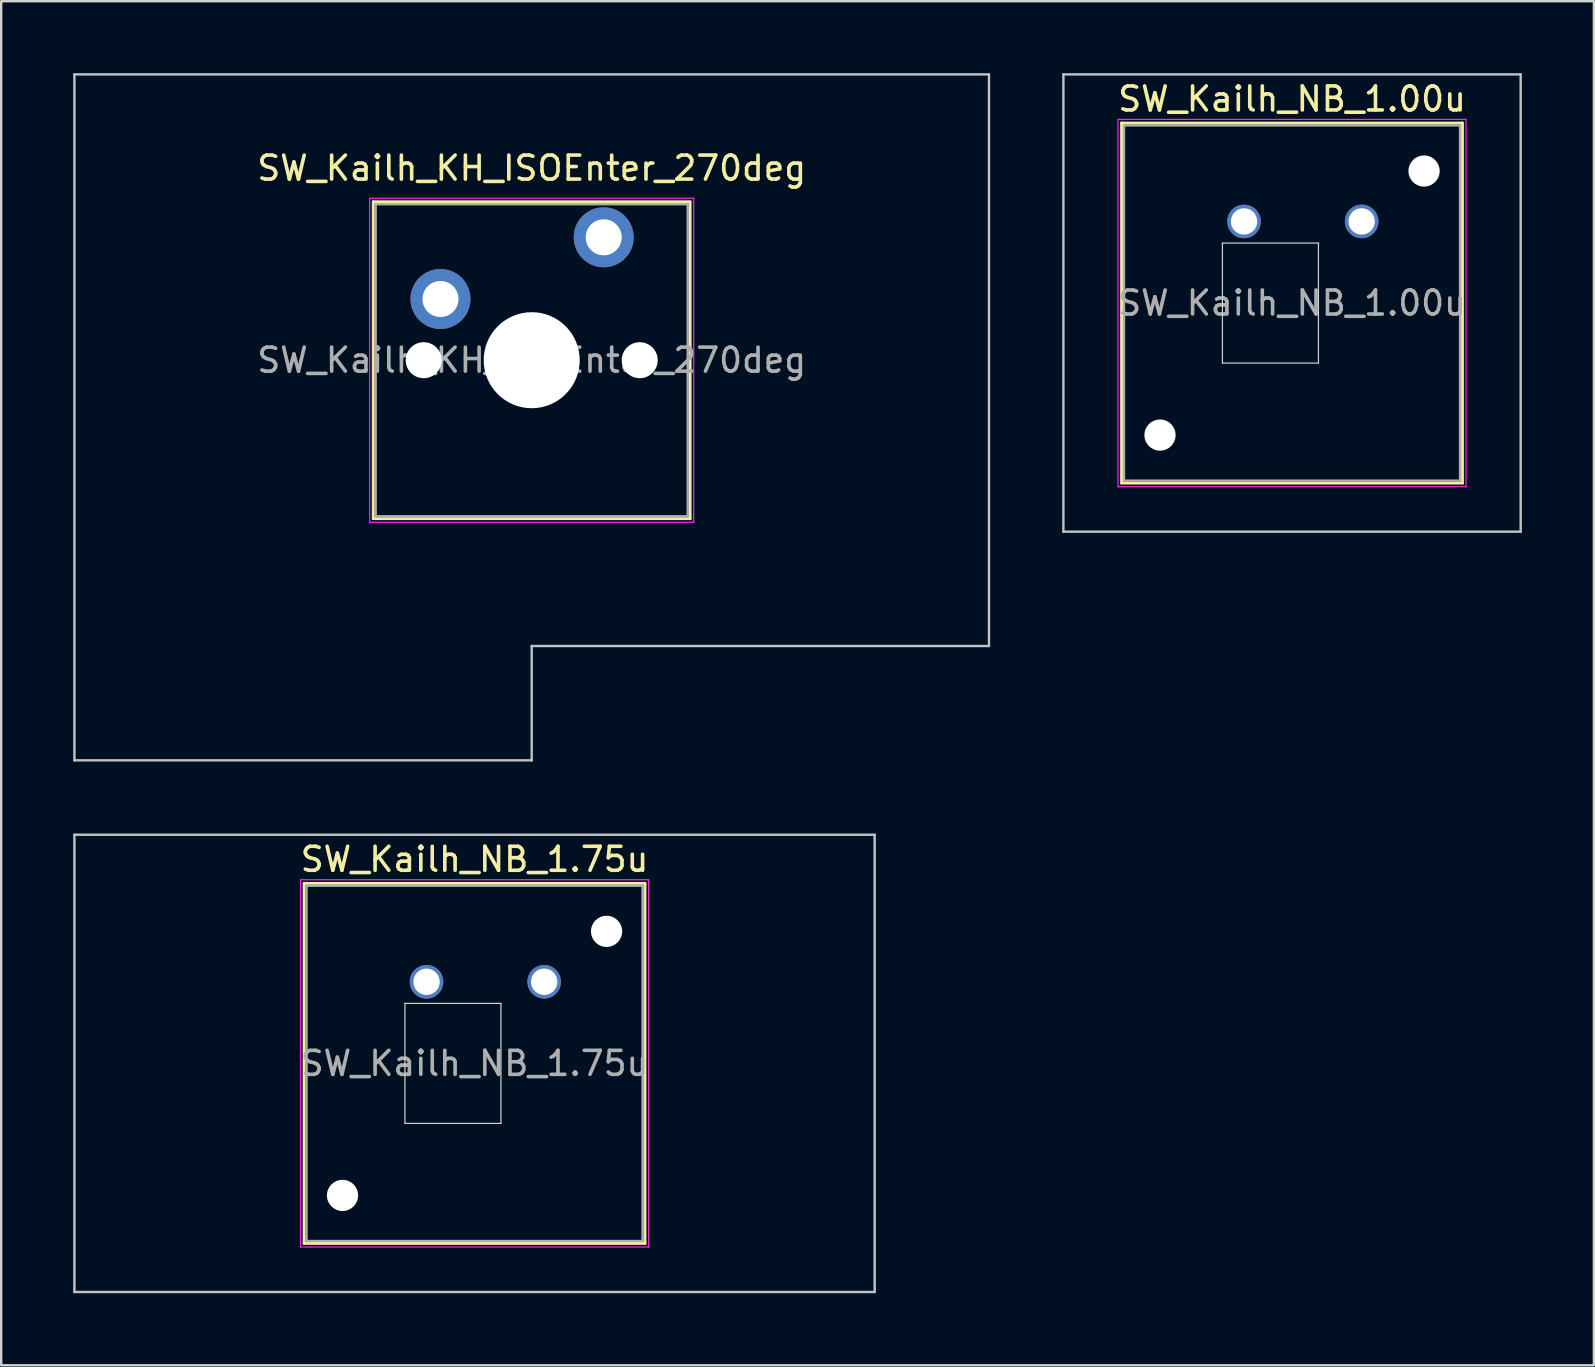
<source format=kicad_pcb>
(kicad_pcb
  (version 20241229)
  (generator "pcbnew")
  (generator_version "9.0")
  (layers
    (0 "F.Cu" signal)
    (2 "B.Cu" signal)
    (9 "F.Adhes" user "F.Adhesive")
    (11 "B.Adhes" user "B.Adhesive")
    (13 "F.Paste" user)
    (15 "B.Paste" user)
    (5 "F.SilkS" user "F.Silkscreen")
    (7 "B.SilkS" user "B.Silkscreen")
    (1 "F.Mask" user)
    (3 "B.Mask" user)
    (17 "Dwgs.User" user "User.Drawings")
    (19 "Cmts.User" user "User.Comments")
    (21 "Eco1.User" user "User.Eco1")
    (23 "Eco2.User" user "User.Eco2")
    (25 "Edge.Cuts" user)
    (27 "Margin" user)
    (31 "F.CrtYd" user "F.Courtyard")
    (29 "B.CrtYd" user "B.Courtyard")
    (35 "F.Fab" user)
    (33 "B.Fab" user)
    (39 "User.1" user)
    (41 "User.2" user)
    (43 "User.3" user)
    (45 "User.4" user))
  (footprint "SW_Kailh_KH_ISOEnter_270deg"
    (layer "F.Cu")
    (at 19.1 11.956)
    (property "Reference" "SW_Kailh_KH_ISOEnter_270deg" (at 0 -8 0) (layer "F.SilkS") (effects (font (size 1 1) (thickness 0.15))))
    (attr through_hole)
    (fp_line (start -6.6 -6.6) (end -6.6 6.6) (stroke (width 0.12) (type solid)) (layer "F.SilkS"))
    (fp_line (start -6.6 6.6) (end 6.6 6.6) (stroke (width 0.12) (type solid)) (layer "F.SilkS"))
    (fp_line (start 6.6 -6.6) (end -6.6 -6.6) (stroke (width 0.12) (type solid)) (layer "F.SilkS"))
    (fp_line (start 6.6 6.6) (end 6.6 -6.6) (stroke (width 0.12) (type solid)) (layer "F.SilkS"))
    (fp_line (start -19.05 -11.906) (end -19.05 16.669) (stroke (width 0.1) (type solid)) (layer "Dwgs.User"))
    (fp_line (start -19.05 16.669) (end 0 16.669) (stroke (width 0.1) (type solid)) (layer "Dwgs.User"))
    (fp_line (start 0 11.906) (end 19.05 11.906) (stroke (width 0.1) (type solid)) (layer "Dwgs.User"))
    (fp_line (start 0 16.669) (end 0 11.906) (stroke (width 0.1) (type solid)) (layer "Dwgs.User"))
    (fp_line (start 19.05 -11.906) (end -19.05 -11.906) (stroke (width 0.1) (type solid)) (layer "Dwgs.User"))
    (fp_line (start 19.05 11.906) (end 19.05 -11.906) (stroke (width 0.1) (type solid)) (layer "Dwgs.User"))
    (fp_line (start -6.1 -6.1) (end -6.1 6.1) (stroke (width 0.1) (type solid)) (layer "Eco1.User"))
    (fp_line (start -6.1 6.1) (end 6.1 6.1) (stroke (width 0.1) (type solid)) (layer "Eco1.User"))
    (fp_line (start 6.1 -6.1) (end -6.1 -6.1) (stroke (width 0.1) (type solid)) (layer "Eco1.User"))
    (fp_line (start 6.1 6.1) (end 6.1 -6.1) (stroke (width 0.1) (type solid)) (layer "Eco1.User"))
    (fp_line (start -6.75 -6.75) (end -6.75 6.75) (stroke (width 0.05) (type solid)) (layer "F.CrtYd"))
    (fp_line (start -6.75 6.75) (end 6.75 6.75) (stroke (width 0.05) (type solid)) (layer "F.CrtYd"))
    (fp_line (start 6.75 -6.75) (end -6.75 -6.75) (stroke (width 0.05) (type solid)) (layer "F.CrtYd"))
    (fp_line (start 6.75 6.75) (end 6.75 -6.75) (stroke (width 0.05) (type solid)) (layer "F.CrtYd"))
    (fp_line (start -6.5 -6.5) (end -6.5 6.5) (stroke (width 0.1) (type solid)) (layer "F.Fab"))
    (fp_line (start -6.5 6.5) (end 6.5 6.5) (stroke (width 0.1) (type solid)) (layer "F.Fab"))
    (fp_line (start 6.5 -6.5) (end -6.5 -6.5) (stroke (width 0.1) (type solid)) (layer "F.Fab"))
    (fp_line (start 6.5 6.5) (end 6.5 -6.5) (stroke (width 0.1) (type solid)) (layer "F.Fab"))
    (fp_text user "${REFERENCE}" (at 0 0 0) (layer "F.Fab") (effects (font (size 1 1) (thickness 0.15))))
    (pad "" np_thru_hole circle (at -4.5 0) (size 1.5 1.5) (drill 1.5) (layers "*.Cu" "*.Mask"))
    (pad "" smd circle (at -3.8 -2.55) (size 1.55 1.55) (layers "F.Mask"))
    (pad "" np_thru_hole circle (at 0 0) (size 4 4) (drill 4) (layers "*.Cu" "*.Mask"))
    (pad "" smd circle (at 3 -5.12) (size 1.55 1.55) (layers "F.Mask"))
    (pad "" np_thru_hole circle (at 4.5 0) (size 1.5 1.5) (drill 1.5) (layers "*.Cu" "*.Mask"))
    (pad "1" thru_hole circle (at -3.8 -2.55) (size 2.5 2.5) (drill 1.5) (layers "*.Cu" "B.Mask"))
    (pad "2" thru_hole circle (at 3 -5.12) (size 2.5 2.5) (drill 1.5) (layers "*.Cu" "B.Mask")))
  (footprint "SW_Kailh_NB_1.00u"
    (layer "F.Cu")
    (at 50.775 9.575)
    (property "Reference" "SW_Kailh_NB_1.00u" (at 0 -8.5 0) (layer "F.SilkS") (effects (font (size 1 1) (thickness 0.15))))
    (attr through_hole)
    (fp_line (start -7.1 -7.5) (end -7.1 7.5) (stroke (width 0.12) (type solid)) (layer "F.SilkS"))
    (fp_line (start -7.1 7.5) (end 7.1 7.5) (stroke (width 0.12) (type solid)) (layer "F.SilkS"))
    (fp_line (start 7.1 -7.5) (end -7.1 -7.5) (stroke (width 0.12) (type solid)) (layer "F.SilkS"))
    (fp_line (start 7.1 7.5) (end 7.1 -7.5) (stroke (width 0.12) (type solid)) (layer "F.SilkS"))
    (fp_line (start -9.525 -9.525) (end -9.525 9.525) (stroke (width 0.1) (type solid)) (layer "Dwgs.User"))
    (fp_line (start -9.525 9.525) (end 9.525 9.525) (stroke (width 0.1) (type solid)) (layer "Dwgs.User"))
    (fp_line (start 9.525 -9.525) (end -9.525 -9.525) (stroke (width 0.1) (type solid)) (layer "Dwgs.User"))
    (fp_line (start 9.525 9.525) (end 9.525 -9.525) (stroke (width 0.1) (type solid)) (layer "Dwgs.User"))
    (fp_line (start -2.9 -2.5) (end 1.1 -2.5) (stroke (width 0.05) (type solid)) (layer "Edge.Cuts"))
    (fp_line (start -2.9 2.5) (end -2.9 -2.5) (stroke (width 0.05) (type solid)) (layer "Edge.Cuts"))
    (fp_line (start 1.1 -2.5) (end 1.1 2.5) (stroke (width 0.05) (type solid)) (layer "Edge.Cuts"))
    (fp_line (start 1.1 2.5) (end -2.9 2.5) (stroke (width 0.05) (type solid)) (layer "Edge.Cuts"))
    (fp_line (start -7.25 -7.65) (end -7.25 7.65) (stroke (width 0.05) (type solid)) (layer "F.CrtYd"))
    (fp_line (start -7.25 7.65) (end 7.25 7.65) (stroke (width 0.05) (type solid)) (layer "F.CrtYd"))
    (fp_line (start 7.25 -7.65) (end -7.25 -7.65) (stroke (width 0.05) (type solid)) (layer "F.CrtYd"))
    (fp_line (start 7.25 7.65) (end 7.25 -7.65) (stroke (width 0.05) (type solid)) (layer "F.CrtYd"))
    (fp_line (start -7 -7.4) (end -7 7.4) (stroke (width 0.1) (type solid)) (layer "F.Fab"))
    (fp_line (start -7 7.4) (end 7 7.4) (stroke (width 0.1) (type solid)) (layer "F.Fab"))
    (fp_line (start 7 -7.4) (end -7 -7.4) (stroke (width 0.1) (type solid)) (layer "F.Fab"))
    (fp_line (start 7 7.4) (end 7 -7.4) (stroke (width 0.1) (type solid)) (layer "F.Fab"))
    (fp_text user "${REFERENCE}" (at 0 0 0) (layer "F.Fab") (effects (font (size 1 1) (thickness 0.15))))
    (pad "" np_thru_hole circle (at -5.5 5.5) (size 1.3 1.3) (drill 1.3) (layers "*.Cu" "*.Mask"))
    (pad "" smd circle (at -2 -3.4) (size 1.15 1.15) (layers "F.Mask"))
    (pad "" smd circle (at 2.9 -3.4) (size 1.15 1.15) (layers "F.Mask"))
    (pad "" np_thru_hole circle (at 5.5 -5.5) (size 1.3 1.3) (drill 1.3) (layers "*.Cu" "*.Mask"))
    (pad "1" thru_hole circle (at -2 -3.4) (size 1.4 1.4) (drill 1.1) (layers "*.Cu" "B.Mask"))
    (pad "2" thru_hole circle (at 2.9 -3.4) (size 1.4 1.4) (drill 1.1) (layers "*.Cu" "B.Mask")))
  (footprint "SW_Kailh_NB_1.75u"
    (layer "F.Cu")
    (at 16.719 41.25)
    (property "Reference" "SW_Kailh_NB_1.75u" (at 0 -8.5 0) (layer "F.SilkS") (effects (font (size 1 1) (thickness 0.15))))
    (attr through_hole)
    (fp_line (start -7.1 -7.5) (end -7.1 7.5) (stroke (width 0.12) (type solid)) (layer "F.SilkS"))
    (fp_line (start -7.1 7.5) (end 7.1 7.5) (stroke (width 0.12) (type solid)) (layer "F.SilkS"))
    (fp_line (start 7.1 -7.5) (end -7.1 -7.5) (stroke (width 0.12) (type solid)) (layer "F.SilkS"))
    (fp_line (start 7.1 7.5) (end 7.1 -7.5) (stroke (width 0.12) (type solid)) (layer "F.SilkS"))
    (fp_line (start -16.669 -9.525) (end -16.669 9.525) (stroke (width 0.1) (type solid)) (layer "Dwgs.User"))
    (fp_line (start -16.669 9.525) (end 16.669 9.525) (stroke (width 0.1) (type solid)) (layer "Dwgs.User"))
    (fp_line (start 16.669 -9.525) (end -16.669 -9.525) (stroke (width 0.1) (type solid)) (layer "Dwgs.User"))
    (fp_line (start 16.669 9.525) (end 16.669 -9.525) (stroke (width 0.1) (type solid)) (layer "Dwgs.User"))
    (fp_line (start -2.9 -2.5) (end 1.1 -2.5) (stroke (width 0.05) (type solid)) (layer "Edge.Cuts"))
    (fp_line (start -2.9 2.5) (end -2.9 -2.5) (stroke (width 0.05) (type solid)) (layer "Edge.Cuts"))
    (fp_line (start 1.1 -2.5) (end 1.1 2.5) (stroke (width 0.05) (type solid)) (layer "Edge.Cuts"))
    (fp_line (start 1.1 2.5) (end -2.9 2.5) (stroke (width 0.05) (type solid)) (layer "Edge.Cuts"))
    (fp_line (start -7.25 -7.65) (end -7.25 7.65) (stroke (width 0.05) (type solid)) (layer "F.CrtYd"))
    (fp_line (start -7.25 7.65) (end 7.25 7.65) (stroke (width 0.05) (type solid)) (layer "F.CrtYd"))
    (fp_line (start 7.25 -7.65) (end -7.25 -7.65) (stroke (width 0.05) (type solid)) (layer "F.CrtYd"))
    (fp_line (start 7.25 7.65) (end 7.25 -7.65) (stroke (width 0.05) (type solid)) (layer "F.CrtYd"))
    (fp_line (start -7 -7.4) (end -7 7.4) (stroke (width 0.1) (type solid)) (layer "F.Fab"))
    (fp_line (start -7 7.4) (end 7 7.4) (stroke (width 0.1) (type solid)) (layer "F.Fab"))
    (fp_line (start 7 -7.4) (end -7 -7.4) (stroke (width 0.1) (type solid)) (layer "F.Fab"))
    (fp_line (start 7 7.4) (end 7 -7.4) (stroke (width 0.1) (type solid)) (layer "F.Fab"))
    (fp_text user "${REFERENCE}" (at 0 0 0) (layer "F.Fab") (effects (font (size 1 1) (thickness 0.15))))
    (pad "" np_thru_hole circle (at -5.5 5.5) (size 1.3 1.3) (drill 1.3) (layers "*.Cu" "*.Mask"))
    (pad "" smd circle (at -2 -3.4) (size 1.15 1.15) (layers "F.Mask"))
    (pad "" smd circle (at 2.9 -3.4) (size 1.15 1.15) (layers "F.Mask"))
    (pad "" np_thru_hole circle (at 5.5 -5.5) (size 1.3 1.3) (drill 1.3) (layers "*.Cu" "*.Mask"))
    (pad "1" thru_hole circle (at -2 -3.4) (size 1.4 1.4) (drill 1.1) (layers "*.Cu" "B.Mask"))
    (pad "2" thru_hole circle (at 2.9 -3.4) (size 1.4 1.4) (drill 1.1) (layers "*.Cu" "B.Mask")))
  (gr_rect
    (start -3 -3)
    (end 63.35 53.825)
    (stroke (width 0.1) (type default))
    (fill no)
    (layer "Edge.Cuts")))
</source>
